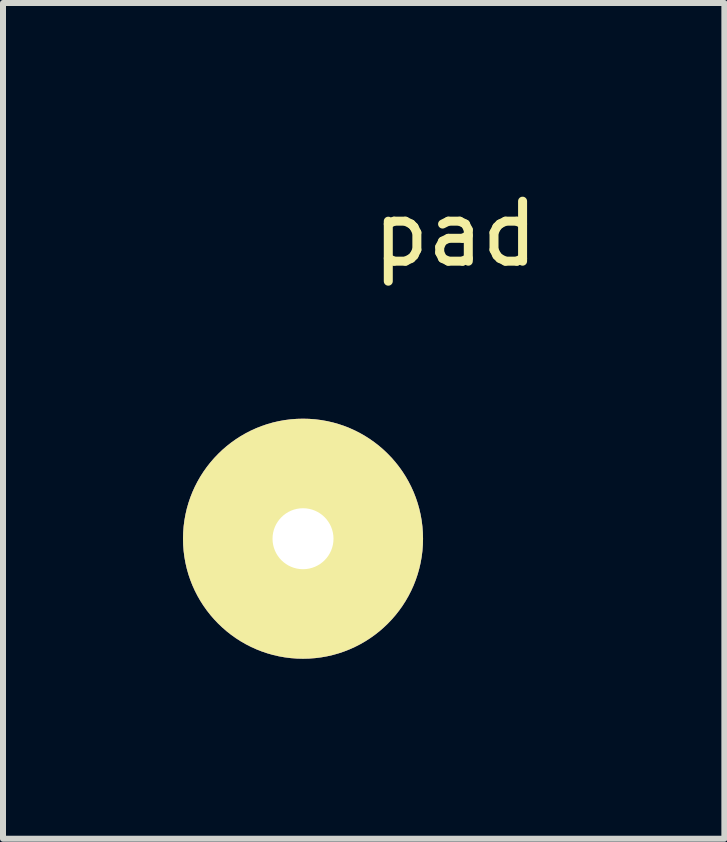
<source format=kicad_pcb>
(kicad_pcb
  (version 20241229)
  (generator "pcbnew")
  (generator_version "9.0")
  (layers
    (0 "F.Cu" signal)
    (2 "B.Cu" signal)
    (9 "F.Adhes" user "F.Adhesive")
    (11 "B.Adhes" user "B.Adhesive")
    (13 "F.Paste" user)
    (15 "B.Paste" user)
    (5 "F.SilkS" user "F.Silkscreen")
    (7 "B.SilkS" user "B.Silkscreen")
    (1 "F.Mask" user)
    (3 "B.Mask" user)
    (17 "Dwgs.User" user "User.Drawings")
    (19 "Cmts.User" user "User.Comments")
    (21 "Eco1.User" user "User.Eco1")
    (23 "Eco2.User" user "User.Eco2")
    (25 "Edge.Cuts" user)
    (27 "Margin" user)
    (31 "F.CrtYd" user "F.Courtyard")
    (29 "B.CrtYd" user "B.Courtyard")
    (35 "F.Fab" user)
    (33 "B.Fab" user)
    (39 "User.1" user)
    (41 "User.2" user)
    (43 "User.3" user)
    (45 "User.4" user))
  (footprint "pad"
    (layer "F.Cu")
    (at 2 5.928)
    (property "Reference" "pad" (at 2.54 -5.08 0) (layer "F.SilkS") (effects (font (size 1 1) (thickness 0.15))))
    (attr through_hole)
    (pad "1" thru_hole circle (at 0 0) (size 4 4) (drill 1.016) (layers "*.Cu" "*.Mask" "F.SilkS")))
  (gr_rect
    (start -3 -3)
    (end 9.022 10.928)
    (stroke (width 0.1) (type default))
    (fill no)
    (layer "Edge.Cuts")))
</source>
